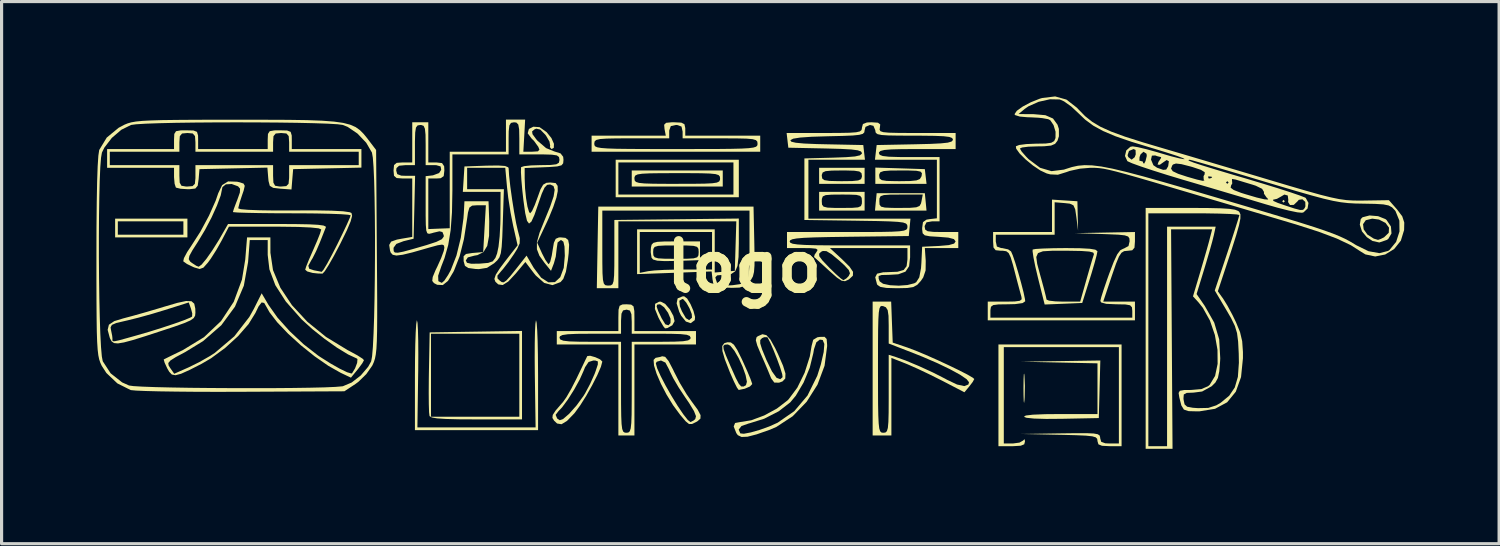
<source format=kicad_pcb>
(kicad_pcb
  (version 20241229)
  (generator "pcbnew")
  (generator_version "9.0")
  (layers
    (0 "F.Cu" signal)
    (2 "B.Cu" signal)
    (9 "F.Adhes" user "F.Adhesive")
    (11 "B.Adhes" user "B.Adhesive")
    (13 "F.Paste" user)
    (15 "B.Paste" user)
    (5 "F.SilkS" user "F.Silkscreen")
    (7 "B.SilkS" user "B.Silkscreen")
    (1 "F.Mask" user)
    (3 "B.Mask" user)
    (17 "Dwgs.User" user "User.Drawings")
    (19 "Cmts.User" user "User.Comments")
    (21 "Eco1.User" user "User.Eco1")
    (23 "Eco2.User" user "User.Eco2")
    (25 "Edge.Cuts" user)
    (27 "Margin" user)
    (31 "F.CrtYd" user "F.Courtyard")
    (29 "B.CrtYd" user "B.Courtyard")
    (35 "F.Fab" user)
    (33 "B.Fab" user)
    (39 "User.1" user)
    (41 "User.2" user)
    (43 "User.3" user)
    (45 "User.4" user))
  (footprint "logo"
    (layer "F.Cu")
    (at 20.489 5.39)
    (property "Reference" "logo" (at 0 0 0) (layer "F.SilkS") (effects (font (size 1.5 1.5) (thickness 0.3))))
    (attr board_only exclude_from_pos_files exclude_from_bom)
    (fp_poly (pts (xy 17.103 -2.074) (xy 17.06 -2.032) (xy 17.018 -2.074) (xy 17.06 -2.117)) (stroke (width 0) (type solid)) (fill yes) (layer "F.SilkS"))
    (fp_poly (pts (xy 8.867 3.448) (xy 8.88 3.767) (xy 8.873 4.121) (xy 8.868 4.21) (xy 8.854 4.309) (xy 8.844 4.253) (xy 8.837 4.059) (xy 8.835 3.852) (xy 8.838 3.565) (xy 8.846 3.401) (xy 8.858 3.377)) (stroke (width 0) (type solid)) (fill yes) (layer "F.SilkS"))
    (fp_poly (pts (xy 11.242 3.873) (xy 11.218 4.784) (xy 10.061 4.807) (xy 9.553 4.811) (xy 9.171 4.8) (xy 8.931 4.775) (xy 8.849 4.744) (xy 8.906 4.704) (xy 9.131 4.677) (xy 9.525 4.661) (xy 9.986 4.657) (xy 11.176 4.657) (xy 11.176 3.855) (xy 11.176 3.053) (xy 9.97 3.027) (xy 8.763 3.001) (xy 10.015 2.982) (xy 11.266 2.963)) (stroke (width 0) (type solid)) (fill yes) (layer "F.SilkS"))
    (fp_poly (pts (xy -17.611 -1.228) (xy -17.611 -0.931) (xy -18.754 -0.931) (xy -19.897 -0.931) (xy -19.897 -1.228) (xy -19.897 -1.439) (xy -19.812 -1.439) (xy -19.812 -1.228) (xy -19.812 -1.016) (xy -18.775 -1.016) (xy -17.738 -1.016) (xy -17.738 -1.228) (xy -17.738 -1.439) (xy -18.775 -1.439) (xy -19.812 -1.439) (xy -19.897 -1.439) (xy -19.897 -1.524) (xy -18.754 -1.524) (xy -17.611 -1.524)) (stroke (width 0) (type solid)) (fill yes) (layer "F.SilkS"))
    (fp_poly (pts (xy -0.169 -2.794) (xy -0.169 -2.201) (xy -2.117 -2.201) (xy -4.064 -2.201) (xy -4.064 -2.794) (xy -4.064 -3.302) (xy -3.979 -3.302) (xy -3.979 -2.794) (xy -3.979 -2.286) (xy -2.159 -2.286) (xy -0.339 -2.286) (xy -0.339 -2.794) (xy -0.339 -3.302) (xy -2.159 -3.302) (xy -3.979 -3.302) (xy -4.064 -3.302) (xy -4.064 -3.387) (xy -2.117 -3.387) (xy -0.169 -3.387)) (stroke (width 0) (type solid)) (fill yes) (layer "F.SilkS"))
    (fp_poly (pts (xy -1.804 1.003) (xy -1.698 1.177) (xy -1.605 1.391) (xy -1.553 1.585) (xy -1.562 1.686) (xy -1.691 1.783) (xy -1.843 1.731) (xy -1.994 1.545) (xy -2.054 1.423) (xy -2.136 1.154) (xy -2.12 1.073) (xy -2.051 1.073) (xy -2.034 1.247) (xy -1.969 1.406) (xy -1.842 1.624) (xy -1.74 1.687) (xy -1.651 1.609) (xy -1.658 1.494) (xy -1.729 1.313) (xy -1.83 1.134) (xy -1.926 1.025) (xy -1.951 1.016) (xy -2.051 1.073) (xy -2.12 1.073) (xy -2.104 0.998) (xy -1.95 0.935) (xy -1.897 0.933)) (stroke (width 0) (type solid)) (fill yes) (layer "F.SilkS"))
    (fp_poly (pts (xy -7.027 3.427) (xy -7.027 4.826) (xy -8.469 4.826) (xy -9.028 4.823) (xy -9.437 4.812) (xy -9.714 4.794) (xy -9.878 4.765) (xy -9.949 4.724) (xy -9.953 4.716) (xy -9.967 4.597) (xy -9.975 4.34) (xy -9.978 3.98) (xy -9.975 3.549) (xy -9.972 3.341) (xy -9.949 2.117) (xy -9.906 2.117) (xy -9.906 3.429) (xy -9.906 4.741) (xy -8.509 4.741) (xy -7.112 4.741) (xy -7.112 3.429) (xy -7.112 2.117) (xy -8.509 2.117) (xy -9.906 2.117) (xy -9.949 2.117) (xy -9.948 2.074) (xy -8.488 2.051) (xy -7.027 2.028)) (stroke (width 0) (type solid)) (fill yes) (layer "F.SilkS"))
    (fp_poly (pts (xy 5.742 -2.053) (xy 5.768 -1.778) (xy 4.953 -1.778) (xy 4.138 -1.778) (xy 4.164 -2.053) (xy 4.167 -2.074) (xy 4.276 -2.074) (xy 4.283 -1.967) (xy 4.33 -1.904) (xy 4.451 -1.874) (xy 4.682 -1.864) (xy 4.922 -1.863) (xy 5.25 -1.866) (xy 5.445 -1.883) (xy 5.547 -1.925) (xy 5.593 -2.004) (xy 5.609 -2.074) (xy 5.649 -2.286) (xy 4.962 -2.286) (xy 4.624 -2.284) (xy 4.42 -2.27) (xy 4.317 -2.235) (xy 4.28 -2.167) (xy 4.276 -2.074) (xy 4.167 -2.074) (xy 4.191 -2.328) (xy 4.953 -2.328) (xy 5.715 -2.328)) (stroke (width 0) (type solid)) (fill yes) (layer "F.SilkS"))
    (fp_poly (pts (xy -2.5 1.171) (xy -2.353 1.342) (xy -2.239 1.552) (xy -2.201 1.719) (xy -2.272 1.848) (xy -2.43 1.937) (xy -2.503 1.947) (xy -2.558 1.879) (xy -2.658 1.707) (xy -2.711 1.606) (xy -2.823 1.332) (xy -2.82 1.257) (xy -2.769 1.257) (xy -2.718 1.401) (xy -2.61 1.629) (xy -2.493 1.819) (xy -2.395 1.85) (xy -2.33 1.78) (xy -2.328 1.642) (xy -2.408 1.453) (xy -2.532 1.279) (xy -2.658 1.188) (xy -2.678 1.185) (xy -2.754 1.197) (xy -2.769 1.257) (xy -2.82 1.257) (xy -2.817 1.17) (xy -2.692 1.104) (xy -2.638 1.101)) (stroke (width 0) (type solid)) (fill yes) (layer "F.SilkS"))
    (fp_poly (pts (xy 3.81 -2.879) (xy 3.81 -2.625) (xy 3.09 -2.625) (xy 2.371 -2.625) (xy 2.371 -2.879) (xy 2.455 -2.879) (xy 2.47 -2.792) (xy 2.539 -2.741) (xy 2.696 -2.717) (xy 2.976 -2.71) (xy 3.09 -2.709) (xy 3.415 -2.713) (xy 3.605 -2.732) (xy 3.697 -2.773) (xy 3.724 -2.848) (xy 3.725 -2.879) (xy 3.71 -2.965) (xy 3.642 -3.016) (xy 3.485 -3.04) (xy 3.205 -3.048) (xy 3.09 -3.048) (xy 2.766 -3.044) (xy 2.575 -3.026) (xy 2.484 -2.984) (xy 2.456 -2.909) (xy 2.455 -2.879) (xy 2.371 -2.879) (xy 2.371 -3.133) (xy 3.09 -3.133) (xy 3.81 -3.133)) (stroke (width 0) (type solid)) (fill yes) (layer "F.SilkS"))
    (fp_poly (pts (xy 3.81 -2.074) (xy 3.81 -1.778) (xy 3.09 -1.778) (xy 2.371 -1.778) (xy 2.371 -2.074) (xy 2.455 -2.074) (xy 2.463 -1.967) (xy 2.511 -1.904) (xy 2.634 -1.873) (xy 2.867 -1.863) (xy 3.09 -1.863) (xy 3.413 -1.865) (xy 3.603 -1.881) (xy 3.694 -1.922) (xy 3.723 -2) (xy 3.725 -2.074) (xy 3.717 -2.182) (xy 3.67 -2.245) (xy 3.547 -2.276) (xy 3.313 -2.285) (xy 3.09 -2.286) (xy 2.767 -2.283) (xy 2.578 -2.268) (xy 2.487 -2.227) (xy 2.458 -2.149) (xy 2.455 -2.074) (xy 2.371 -2.074) (xy 2.371 -2.371) (xy 3.09 -2.371) (xy 3.81 -2.371)) (stroke (width 0) (type solid)) (fill yes) (layer "F.SilkS"))
    (fp_poly (pts (xy 4.932 -3.115) (xy 5.715 -3.09) (xy 5.742 -2.857) (xy 5.769 -2.625) (xy 4.959 -2.625) (xy 4.149 -2.625) (xy 4.149 -2.879) (xy 4.27 -2.879) (xy 4.284 -2.793) (xy 4.352 -2.742) (xy 4.506 -2.717) (xy 4.783 -2.71) (xy 4.919 -2.709) (xy 5.252 -2.714) (xy 5.452 -2.734) (xy 5.558 -2.778) (xy 5.606 -2.856) (xy 5.613 -2.879) (xy 5.623 -2.962) (xy 5.579 -3.012) (xy 5.451 -3.038) (xy 5.205 -3.047) (xy 4.963 -3.048) (xy 4.621 -3.045) (xy 4.414 -3.029) (xy 4.309 -2.993) (xy 4.273 -2.928) (xy 4.27 -2.879) (xy 4.149 -2.879) (xy 4.149 -2.882) (xy 4.149 -3.139)) (stroke (width 0) (type solid)) (fill yes) (layer "F.SilkS"))
    (fp_poly (pts (xy 20.053 -1.602) (xy 20.286 -1.509) (xy 20.32 -1.481) (xy 20.458 -1.276) (xy 20.476 -1.056) (xy 20.373 -0.881) (xy 20.326 -0.85) (xy 20.091 -0.77) (xy 19.875 -0.818) (xy 19.696 -0.937) (xy 19.542 -1.121) (xy 19.474 -1.332) (xy 19.476 -1.349) (xy 19.576 -1.349) (xy 19.596 -1.186) (xy 19.713 -1.021) (xy 19.916 -0.892) (xy 20.05 -0.852) (xy 20.137 -0.882) (xy 20.241 -0.934) (xy 20.389 -1.076) (xy 20.397 -1.239) (xy 20.287 -1.389) (xy 20.081 -1.495) (xy 19.865 -1.524) (xy 19.662 -1.474) (xy 19.576 -1.349) (xy 19.476 -1.349) (xy 19.503 -1.509) (xy 19.559 -1.567) (xy 19.781 -1.625)) (stroke (width 0) (type solid)) (fill yes) (layer "F.SilkS"))
    (fp_poly (pts (xy -6.564 1.774) (xy -6.547 1.999) (xy -6.533 2.343) (xy -6.524 2.781) (xy -6.52 3.288) (xy -6.519 3.429) (xy -6.519 5.165) (xy -8.467 5.165) (xy -10.414 5.165) (xy -10.414 3.429) (xy -10.411 2.908) (xy -10.403 2.449) (xy -10.39 2.078) (xy -10.374 1.819) (xy -10.356 1.699) (xy -10.351 1.693) (xy -10.332 1.774) (xy -10.319 1.998) (xy -10.31 2.341) (xy -10.307 2.777) (xy -10.31 3.281) (xy -10.312 3.387) (xy -10.336 5.08) (xy -8.467 5.08) (xy -6.597 5.08) (xy -6.622 3.387) (xy -6.626 2.872) (xy -6.624 2.42) (xy -6.617 2.057) (xy -6.604 1.807) (xy -6.587 1.696) (xy -6.583 1.693)) (stroke (width 0) (type solid)) (fill yes) (layer "F.SilkS"))
    (fp_poly (pts (xy -1.397 -0.508) (xy -1.397 -0.212) (xy -2.139 -0.187) (xy -2.513 -0.181) (xy -2.75 -0.194) (xy -2.879 -0.23) (xy -2.929 -0.287) (xy -2.956 -0.466) (xy -2.879 -0.466) (xy -2.872 -0.363) (xy -2.83 -0.301) (xy -2.719 -0.268) (xy -2.505 -0.256) (xy -2.159 -0.254) (xy -1.811 -0.256) (xy -1.598 -0.268) (xy -1.487 -0.301) (xy -1.446 -0.364) (xy -1.439 -0.466) (xy -1.446 -0.568) (xy -1.488 -0.631) (xy -1.599 -0.663) (xy -1.813 -0.675) (xy -2.159 -0.677) (xy -2.507 -0.675) (xy -2.72 -0.663) (xy -2.831 -0.63) (xy -2.872 -0.567) (xy -2.879 -0.466) (xy -2.956 -0.466) (xy -2.956 -0.468) (xy -2.949 -0.608) (xy -2.927 -0.701) (xy -2.87 -0.759) (xy -2.745 -0.79) (xy -2.518 -0.802) (xy -2.159 -0.804) (xy -1.397 -0.804)) (stroke (width 0) (type solid)) (fill yes) (layer "F.SilkS"))
    (fp_poly (pts (xy -0.677 -2.794) (xy -0.677 -2.54) (xy -2.117 -2.54) (xy -3.556 -2.54) (xy -3.556 -2.794) (xy -3.471 -2.794) (xy -3.463 -2.731) (xy -3.423 -2.685) (xy -3.327 -2.655) (xy -3.15 -2.637) (xy -2.867 -2.628) (xy -2.456 -2.625) (xy -2.117 -2.625) (xy -1.61 -2.626) (xy -1.249 -2.631) (xy -1.008 -2.643) (xy -0.863 -2.665) (xy -0.79 -2.7) (xy -0.765 -2.752) (xy -0.762 -2.794) (xy -0.77 -2.857) (xy -0.81 -2.903) (xy -0.906 -2.933) (xy -1.083 -2.951) (xy -1.366 -2.96) (xy -1.778 -2.963) (xy -2.117 -2.963) (xy -2.623 -2.962) (xy -2.985 -2.957) (xy -3.226 -2.945) (xy -3.37 -2.923) (xy -3.443 -2.888) (xy -3.469 -2.836) (xy -3.471 -2.794) (xy -3.556 -2.794) (xy -3.556 -3.048) (xy -2.117 -3.048) (xy -0.677 -3.048)) (stroke (width 0) (type solid)) (fill yes) (layer "F.SilkS"))
    (fp_poly (pts (xy 0.703 2.161) (xy 0.831 2.302) (xy 0.982 2.575) (xy 1.07 2.759) (xy 1.23 3.128) (xy 1.306 3.377) (xy 1.3 3.534) (xy 1.212 3.625) (xy 1.103 3.665) (xy 0.953 3.661) (xy 0.854 3.528) (xy 0.837 3.486) (xy 0.756 3.287) (xy 0.635 3.003) (xy 0.53 2.766) (xy 0.414 2.488) (xy 0.396 2.422) (xy 0.508 2.422) (xy 0.566 2.611) (xy 0.692 2.917) (xy 0.702 2.942) (xy 0.879 3.308) (xy 1.025 3.511) (xy 1.144 3.555) (xy 1.216 3.49) (xy 1.203 3.392) (xy 1.139 3.187) (xy 1.043 2.923) (xy 0.934 2.648) (xy 0.83 2.408) (xy 0.75 2.252) (xy 0.729 2.225) (xy 0.633 2.226) (xy 0.564 2.257) (xy 0.509 2.315) (xy 0.508 2.422) (xy 0.396 2.422) (xy 0.369 2.323) (xy 0.39 2.231) (xy 0.43 2.196) (xy 0.577 2.132)) (stroke (width 0) (type solid)) (fill yes) (layer "F.SilkS"))
    (fp_poly (pts (xy -0.421 2.392) (xy -0.325 2.464) (xy -0.218 2.63) (xy -0.075 2.918) (xy -0.04 2.994) (xy 0.096 3.297) (xy 0.199 3.543) (xy 0.251 3.691) (xy 0.254 3.71) (xy 0.183 3.785) (xy 0.019 3.856) (xy -0.163 3.893) (xy -0.174 3.894) (xy -0.227 3.822) (xy -0.322 3.632) (xy -0.441 3.362) (xy -0.457 3.323) (xy -0.61 2.931) (xy -0.688 2.665) (xy -0.693 2.503) (xy -0.659 2.503) (xy -0.649 2.606) (xy -0.578 2.801) (xy -0.444 3.115) (xy -0.408 3.196) (xy -0.266 3.514) (xy -0.168 3.701) (xy -0.093 3.784) (xy -0.019 3.786) (xy 0.057 3.744) (xy 0.087 3.635) (xy 0.045 3.426) (xy -0.048 3.164) (xy -0.172 2.892) (xy -0.309 2.654) (xy -0.437 2.496) (xy -0.516 2.455) (xy -0.613 2.463) (xy -0.659 2.503) (xy -0.693 2.503) (xy -0.693 2.502) (xy -0.627 2.415) (xy -0.527 2.386)) (stroke (width 0) (type solid)) (fill yes) (layer "F.SilkS"))
    (fp_poly (pts (xy 11.938 4.064) (xy 11.938 5.673) (xy 11.557 5.673) (xy 11.319 5.661) (xy 11.206 5.615) (xy 11.176 5.515) (xy 11.176 5.506) (xy 11.166 5.44) (xy 11.119 5.393) (xy 11.01 5.361) (xy 10.811 5.34) (xy 10.499 5.326) (xy 10.047 5.314) (xy 9.97 5.313) (xy 8.763 5.287) (xy 10.012 5.268) (xy 10.495 5.262) (xy 10.834 5.262) (xy 11.055 5.272) (xy 11.183 5.295) (xy 11.243 5.334) (xy 11.26 5.391) (xy 11.261 5.419) (xy 11.294 5.535) (xy 11.423 5.582) (xy 11.557 5.588) (xy 11.853 5.588) (xy 11.853 4.064) (xy 11.853 2.54) (xy 10.033 2.54) (xy 8.213 2.54) (xy 8.213 4.064) (xy 8.213 5.588) (xy 8.502 5.588) (xy 8.709 5.56) (xy 8.829 5.492) (xy 8.834 5.482) (xy 8.871 5.452) (xy 8.883 5.524) (xy 8.858 5.614) (xy 8.747 5.659) (xy 8.511 5.673) (xy 8.467 5.673) (xy 8.043 5.673) (xy 8.043 4.064) (xy 8.043 2.455) (xy 9.991 2.455) (xy 11.938 2.455)) (stroke (width 0) (type solid)) (fill yes) (layer "F.SilkS"))
    (fp_poly (pts (xy 10.629 -0.588) (xy 10.935 -0.571) (xy 11.109 -0.542) (xy 11.173 -0.496) (xy 11.174 -0.487) (xy 11.149 -0.364) (xy 11.084 -0.121) (xy 10.99 0.199) (xy 10.933 0.381) (xy 10.694 1.143) (xy 10.1 1.168) (xy 9.505 1.192) (xy 9.293 0.346) (xy 9.209 -0.01) (xy 9.15 -0.302) (xy 9.149 -0.31) (xy 9.24 -0.31) (xy 9.269 -0.094) (xy 9.358 0.238) (xy 9.398 0.381) (xy 9.479 0.679) (xy 9.538 0.912) (xy 9.565 1.033) (xy 9.565 1.037) (xy 9.643 1.07) (xy 9.846 1.093) (xy 10.098 1.101) (xy 10.629 1.101) (xy 10.827 0.402) (xy 10.922 0.071) (xy 11.002 -0.203) (xy 11.056 -0.375) (xy 11.065 -0.402) (xy 11.042 -0.451) (xy 10.917 -0.483) (xy 10.669 -0.501) (xy 10.277 -0.508) (xy 10.167 -0.508) (xy 9.736 -0.508) (xy 9.452 -0.492) (xy 9.294 -0.434) (xy 9.24 -0.31) (xy 9.149 -0.31) (xy 9.123 -0.493) (xy 9.126 -0.547) (xy 9.224 -0.565) (xy 9.456 -0.579) (xy 9.788 -0.589) (xy 10.174 -0.593)) (stroke (width 0) (type solid)) (fill yes) (layer "F.SilkS"))
    (fp_poly (pts (xy -2.499 2.847) (xy -2.389 2.983) (xy -2.246 3.257) (xy -2.219 3.316) (xy -2.037 3.67) (xy -1.82 4.031) (xy -1.664 4.255) (xy -1.47 4.52) (xy -1.379 4.691) (xy -1.383 4.801) (xy -1.476 4.884) (xy -1.518 4.908) (xy -1.65 4.972) (xy -1.745 4.973) (xy -1.849 4.888) (xy -2.012 4.696) (xy -2.025 4.681) (xy -2.248 4.378) (xy -2.455 4.042) (xy -2.633 3.701) (xy -2.769 3.385) (xy -2.851 3.123) (xy -2.857 3.053) (xy -2.794 3.053) (xy -2.753 3.207) (xy -2.642 3.454) (xy -2.484 3.758) (xy -2.298 4.084) (xy -2.105 4.398) (xy -1.926 4.663) (xy -1.782 4.846) (xy -1.696 4.911) (xy -1.596 4.859) (xy -1.547 4.815) (xy -1.524 4.725) (xy -1.587 4.563) (xy -1.744 4.305) (xy -1.864 4.13) (xy -2.071 3.818) (xy -2.246 3.52) (xy -2.359 3.29) (xy -2.373 3.252) (xy -2.491 3.029) (xy -2.631 2.963) (xy -2.765 3.002) (xy -2.794 3.053) (xy -2.857 3.053) (xy -2.865 2.944) (xy -2.801 2.879) (xy -2.658 2.851) (xy -2.593 2.829)) (stroke (width 0) (type solid)) (fill yes) (layer "F.SilkS"))
    (fp_poly (pts (xy -4.711 2.858) (xy -4.557 2.928) (xy -4.487 2.996) (xy -4.487 2.997) (xy -4.531 3.162) (xy -4.645 3.426) (xy -4.808 3.746) (xy -4.995 4.079) (xy -5.186 4.382) (xy -5.355 4.614) (xy -5.373 4.636) (xy -5.605 4.875) (xy -5.777 4.979) (xy -5.917 4.956) (xy -6.011 4.868) (xy -6.065 4.78) (xy -6.055 4.685) (xy -6.053 4.682) (xy -5.964 4.682) (xy -5.914 4.799) (xy -5.834 4.853) (xy -5.726 4.813) (xy -5.551 4.662) (xy -5.528 4.64) (xy -5.3 4.383) (xy -5.082 4.084) (xy -5.03 4) (xy -4.871 3.7) (xy -4.731 3.388) (xy -4.699 3.301) (xy -4.629 3.089) (xy -4.628 2.992) (xy -4.704 2.965) (xy -4.77 2.963) (xy -4.921 3.01) (xy -5.033 3.176) (xy -5.075 3.281) (xy -5.199 3.559) (xy -5.377 3.882) (xy -5.576 4.197) (xy -5.763 4.449) (xy -5.871 4.562) (xy -5.964 4.682) (xy -6.053 4.682) (xy -5.964 4.546) (xy -5.775 4.327) (xy -5.73 4.277) (xy -5.621 4.121) (xy -5.471 3.861) (xy -5.309 3.546) (xy -5.273 3.471) (xy -5.133 3.179) (xy -5.026 2.954) (xy -4.967 2.834) (xy -4.962 2.823) (xy -4.872 2.813)) (stroke (width 0) (type solid)) (fill yes) (layer "F.SilkS"))
    (fp_poly (pts (xy -17.483 1.088) (xy -17.395 1.166) (xy -17.362 1.321) (xy -17.358 1.451) (xy -17.367 1.545) (xy -17.412 1.622) (xy -17.52 1.697) (xy -17.715 1.782) (xy -18.024 1.892) (xy -18.394 2.014) (xy -18.932 2.19) (xy -19.332 2.315) (xy -19.617 2.391) (xy -19.809 2.423) (xy -19.931 2.412) (xy -20.005 2.362) (xy -20.053 2.276) (xy -20.069 2.236) (xy -20.134 1.993) (xy -20.114 1.913) (xy -20.041 1.913) (xy -20.03 1.987) (xy -19.991 2.179) (xy -19.982 2.265) (xy -19.984 2.321) (xy -19.97 2.352) (xy -19.91 2.354) (xy -19.773 2.324) (xy -19.529 2.257) (xy -19.219 2.17) (xy -18.812 2.052) (xy -18.404 1.924) (xy -18.03 1.8) (xy -17.724 1.691) (xy -17.523 1.608) (xy -17.463 1.574) (xy -17.458 1.474) (xy -17.496 1.331) (xy -17.568 1.127) (xy -18.33 1.368) (xy -18.737 1.491) (xy -19.152 1.606) (xy -19.5 1.693) (xy -19.584 1.712) (xy -19.859 1.776) (xy -19.999 1.836) (xy -20.041 1.913) (xy -20.114 1.913) (xy -20.094 1.831) (xy -19.925 1.718) (xy -19.643 1.632) (xy -19.353 1.555) (xy -18.966 1.446) (xy -18.544 1.322) (xy -18.339 1.26) (xy -17.929 1.14) (xy -17.652 1.081)) (stroke (width 0) (type solid)) (fill yes) (layer "F.SilkS"))
    (fp_poly (pts (xy 2.609 2.282) (xy 2.624 2.466) (xy 2.624 2.513) (xy 2.543 3.13) (xy 2.32 3.726) (xy 1.976 4.269) (xy 1.535 4.726) (xy 1.018 5.065) (xy 0.811 5.154) (xy 0.396 5.299) (xy 0.106 5.374) (xy -0.084 5.382) (xy -0.201 5.325) (xy -0.248 5.26) (xy -0.292 5.149) (xy -0.174 5.149) (xy -0.122 5.269) (xy -0.01 5.28) (xy 0.211 5.238) (xy 0.494 5.157) (xy 0.792 5.05) (xy 1.058 4.931) (xy 1.058 4.931) (xy 1.585 4.566) (xy 2.003 4.072) (xy 2.312 3.447) (xy 2.425 3.09) (xy 2.516 2.694) (xy 2.536 2.439) (xy 2.484 2.315) (xy 2.393 2.302) (xy 2.283 2.387) (xy 2.209 2.606) (xy 2.188 2.729) (xy 2.075 3.191) (xy 1.879 3.662) (xy 1.633 4.077) (xy 1.459 4.286) (xy 1.092 4.57) (xy 0.633 4.805) (xy 0.161 4.952) (xy 0.142 4.956) (xy -0.084 5.035) (xy -0.174 5.149) (xy -0.292 5.149) (xy -0.331 5.05) (xy -0.287 4.94) (xy -0.13 4.911) (xy 0.224 4.854) (xy 0.633 4.702) (xy 1.034 4.484) (xy 1.366 4.23) (xy 1.408 4.188) (xy 1.681 3.822) (xy 1.913 3.35) (xy 2.076 2.838) (xy 2.134 2.498) (xy 2.184 2.308) (xy 2.315 2.229) (xy 2.392 2.217) (xy 2.543 2.214)) (stroke (width 0) (type solid)) (fill yes) (layer "F.SilkS"))
    (fp_poly (pts (xy -1.989 -4.561) (xy -1.889 -4.51) (xy -1.863 -4.389) (xy -1.863 -4.36) (xy -1.863 -4.149) (xy -0.677 -4.149) (xy 0.508 -4.149) (xy 0.508 -3.895) (xy 0.508 -3.641) (xy -2.159 -3.641) (xy -4.826 -3.641) (xy -4.826 -3.895) (xy -4.741 -3.895) (xy -4.736 -3.847) (xy -4.71 -3.809) (xy -4.644 -3.78) (xy -4.522 -3.759) (xy -4.324 -3.744) (xy -4.035 -3.734) (xy -3.635 -3.729) (xy -3.108 -3.726) (xy -2.435 -3.725) (xy -2.159 -3.725) (xy -1.431 -3.726) (xy -0.854 -3.727) (xy -0.411 -3.732) (xy -0.085 -3.74) (xy 0.143 -3.753) (xy 0.29 -3.772) (xy 0.374 -3.798) (xy 0.412 -3.832) (xy 0.423 -3.877) (xy 0.423 -3.895) (xy 0.415 -3.962) (xy 0.371 -4.008) (xy 0.266 -4.038) (xy 0.074 -4.055) (xy -0.23 -4.062) (xy -0.674 -4.064) (xy -0.762 -4.064) (xy -1.947 -4.064) (xy -1.947 -4.276) (xy -1.982 -4.437) (xy -2.12 -4.486) (xy -2.159 -4.487) (xy -2.32 -4.452) (xy -2.37 -4.315) (xy -2.371 -4.276) (xy -2.371 -4.064) (xy -3.556 -4.064) (xy -4.025 -4.063) (xy -4.351 -4.056) (xy -4.559 -4.042) (xy -4.676 -4.014) (xy -4.728 -3.971) (xy -4.741 -3.907) (xy -4.741 -3.895) (xy -4.826 -3.895) (xy -4.826 -4.149) (xy -3.652 -4.149) (xy -2.479 -4.149) (xy -2.519 -4.36) (xy -2.531 -4.494) (xy -2.469 -4.555) (xy -2.292 -4.572) (xy -2.211 -4.572)) (stroke (width 0) (type solid)) (fill yes) (layer "F.SilkS"))
    (fp_poly (pts (xy 4.674 1.749) (xy 4.699 2.397) (xy 5.165 2.554) (xy 5.42 2.65) (xy 5.744 2.785) (xy 6.103 2.944) (xy 6.465 3.112) (xy 6.796 3.272) (xy 7.063 3.409) (xy 7.234 3.509) (xy 7.279 3.549) (xy 7.228 3.643) (xy 7.121 3.783) (xy 6.967 3.968) (xy 6.256 3.599) (xy 5.88 3.411) (xy 5.5 3.23) (xy 5.181 3.089) (xy 5.101 3.056) (xy 4.657 2.881) (xy 4.657 4.108) (xy 4.657 5.334) (xy 4.36 5.334) (xy 4.064 5.334) (xy 4.064 3.225) (xy 4.233 3.225) (xy 4.234 3.861) (xy 4.236 4.348) (xy 4.243 4.705) (xy 4.255 4.953) (xy 4.273 5.111) (xy 4.301 5.2) (xy 4.339 5.239) (xy 4.389 5.249) (xy 4.403 5.249) (xy 4.469 5.241) (xy 4.515 5.198) (xy 4.545 5.096) (xy 4.562 4.909) (xy 4.57 4.611) (xy 4.572 4.177) (xy 4.572 4.016) (xy 4.572 2.783) (xy 4.763 2.841) (xy 5.108 2.964) (xy 5.534 3.142) (xy 5.972 3.343) (xy 6.355 3.538) (xy 6.416 3.572) (xy 6.733 3.723) (xy 6.965 3.773) (xy 7.093 3.722) (xy 7.112 3.65) (xy 7.037 3.554) (xy 6.828 3.412) (xy 6.511 3.239) (xy 6.11 3.046) (xy 5.651 2.848) (xy 5.397 2.746) (xy 4.572 2.426) (xy 4.572 1.858) (xy 4.566 1.55) (xy 4.54 1.371) (xy 4.484 1.281) (xy 4.403 1.245) (xy 4.349 1.237) (xy 4.309 1.255) (xy 4.279 1.319) (xy 4.258 1.45) (xy 4.245 1.666) (xy 4.237 1.987) (xy 4.234 2.432) (xy 4.233 3.021) (xy 4.233 3.225) (xy 4.064 3.225) (xy 4.064 3.217) (xy 4.064 1.101) (xy 4.357 1.101) (xy 4.65 1.101)) (stroke (width 0) (type solid)) (fill yes) (layer "F.SilkS"))
    (fp_poly (pts (xy -3.575 1.195) (xy -3.5 1.251) (xy -3.474 1.4) (xy -3.471 1.609) (xy -3.471 2.032) (xy -2.498 2.032) (xy -1.524 2.032) (xy -1.524 2.244) (xy -1.524 2.455) (xy -2.498 2.455) (xy -3.471 2.455) (xy -3.471 3.895) (xy -3.471 5.334) (xy -3.725 5.334) (xy -3.979 5.334) (xy -3.979 3.895) (xy -3.979 2.455) (xy -4.953 2.455) (xy -5.927 2.455) (xy -5.927 2.244) (xy -5.842 2.244) (xy -5.816 2.299) (xy -5.72 2.337) (xy -5.529 2.359) (xy -5.215 2.369) (xy -4.868 2.371) (xy -3.895 2.371) (xy -3.895 3.81) (xy -3.894 4.334) (xy -3.889 4.713) (xy -3.878 4.97) (xy -3.858 5.128) (xy -3.826 5.212) (xy -3.779 5.244) (xy -3.725 5.249) (xy -3.664 5.242) (xy -3.619 5.203) (xy -3.589 5.11) (xy -3.57 4.939) (xy -3.56 4.667) (xy -3.557 4.268) (xy -3.556 3.81) (xy -3.556 2.371) (xy -2.625 2.371) (xy -2.208 2.367) (xy -1.933 2.354) (xy -1.774 2.327) (xy -1.704 2.283) (xy -1.693 2.244) (xy -1.72 2.187) (xy -1.818 2.149) (xy -2.013 2.128) (xy -2.334 2.118) (xy -2.625 2.117) (xy -3.556 2.117) (xy -3.556 1.736) (xy -3.567 1.498) (xy -3.613 1.385) (xy -3.713 1.355) (xy -3.725 1.355) (xy -3.831 1.38) (xy -3.881 1.483) (xy -3.895 1.708) (xy -3.895 1.736) (xy -3.895 2.117) (xy -4.868 2.117) (xy -5.296 2.12) (xy -5.581 2.133) (xy -5.749 2.158) (xy -5.827 2.198) (xy -5.842 2.244) (xy -5.927 2.244) (xy -5.927 2.032) (xy -4.953 2.032) (xy -3.979 2.032) (xy -3.979 1.609) (xy -3.974 1.358) (xy -3.94 1.233) (xy -3.851 1.19) (xy -3.725 1.185)) (stroke (width 0) (type solid)) (fill yes) (layer "F.SilkS"))
    (fp_poly (pts (xy 0.32 -0.813) (xy 0.328 -0.361) (xy 0.327 -0.047) (xy 0.311 0.164) (xy 0.277 0.303) (xy 0.221 0.404) (xy 0.154 0.482) (xy 0.015 0.601) (xy -0.146 0.657) (xy -0.393 0.665) (xy -0.505 0.66) (xy -0.774 0.64) (xy -0.917 0.6) (xy -0.979 0.518) (xy -1.002 0.391) (xy -1.029 0.146) (xy -2.208 0.189) (xy -3.387 0.231) (xy -3.387 -0.477) (xy -3.387 -1.101) (xy -3.302 -1.101) (xy -3.302 -0.455) (xy -3.302 0.191) (xy -3.037 0.138) (xy -2.84 0.115) (xy -2.525 0.097) (xy -2.142 0.087) (xy -1.894 0.085) (xy -1.016 0.085) (xy -1.016 -0.508) (xy -1.016 -1.101) (xy -2.159 -1.101) (xy -3.302 -1.101) (xy -3.387 -1.101) (xy -3.387 -1.185) (xy -2.159 -1.185) (xy -0.931 -1.185) (xy -0.931 -0.503) (xy -0.931 0.18) (xy -0.614 0.153) (xy -0.296 0.127) (xy -0.272 -0.656) (xy -0.248 -1.439) (xy -2.113 -1.439) (xy -3.979 -1.439) (xy -3.979 -0.381) (xy -3.979 0.677) (xy -4.32 0.677) (xy -4.661 0.677) (xy -4.638 -0.614) (xy -4.617 -1.778) (xy -4.487 -1.778) (xy -4.487 -0.593) (xy -4.486 -0.124) (xy -4.481 0.201) (xy -4.467 0.409) (xy -4.44 0.526) (xy -4.396 0.579) (xy -4.331 0.592) (xy -4.297 0.593) (xy -4.217 0.587) (xy -4.164 0.55) (xy -4.131 0.454) (xy -4.114 0.271) (xy -4.107 -0.027) (xy -4.106 -0.444) (xy -4.106 -1.482) (xy -2.138 -1.504) (xy -0.169 -1.527) (xy -0.169 -0.738) (xy -0.178 -0.313) (xy -0.211 -0.029) (xy -0.284 0.142) (xy -0.41 0.227) (xy -0.602 0.253) (xy -0.661 0.254) (xy -0.853 0.27) (xy -0.911 0.331) (xy -0.898 0.388) (xy -0.853 0.523) (xy -0.847 0.557) (xy -0.773 0.588) (xy -0.592 0.595) (xy -0.362 0.581) (xy -0.143 0.55) (xy 0.006 0.505) (xy 0.006 0.505) (xy 0.073 0.455) (xy 0.119 0.371) (xy 0.148 0.223) (xy 0.163 -0.018) (xy 0.169 -0.381) (xy 0.169 -0.68) (xy 0.169 -1.778) (xy -2.159 -1.778) (xy -4.487 -1.778) (xy -4.617 -1.778) (xy -4.614 -1.905) (xy -2.159 -1.905) (xy 0.296 -1.905)) (stroke (width 0) (type solid)) (fill yes) (layer "F.SilkS"))
    (fp_poly (pts (xy -14.985 -0.445) (xy -14.904 0.102) (xy -14.671 0.661) (xy -14.304 1.213) (xy -13.817 1.738) (xy -13.226 2.218) (xy -12.546 2.633) (xy -12.471 2.672) (xy -12.233 2.801) (xy -12.071 2.905) (xy -12.026 2.952) (xy -12.076 3.047) (xy -12.198 3.212) (xy -12.233 3.256) (xy -12.438 3.506) (xy -12.76 3.354) (xy -13.154 3.131) (xy -13.586 2.831) (xy -14.021 2.483) (xy -14.426 2.115) (xy -14.768 1.757) (xy -15.014 1.438) (xy -15.094 1.295) (xy -15.182 1.143) (xy -15.263 1.126) (xy -15.36 1.253) (xy -15.46 1.46) (xy -15.677 1.812) (xy -16.009 2.193) (xy -16.418 2.566) (xy -16.863 2.893) (xy -17.159 3.066) (xy -17.545 3.263) (xy -17.812 3.383) (xy -17.988 3.429) (xy -18.104 3.407) (xy -18.188 3.318) (xy -18.248 3.214) (xy -18.327 3.043) (xy -18.216 3.043) (xy -18.205 3.121) (xy -18.157 3.198) (xy -18.028 3.382) (xy -17.568 3.178) (xy -17.233 3.013) (xy -16.895 2.82) (xy -16.745 2.723) (xy -16.128 2.199) (xy -15.653 1.587) (xy -15.509 1.329) (xy -15.262 0.837) (xy -15.047 1.203) (xy -14.763 1.604) (xy -14.376 2.036) (xy -13.932 2.452) (xy -13.478 2.805) (xy -13.42 2.845) (xy -13.089 3.054) (xy -12.791 3.223) (xy -12.559 3.335) (xy -12.423 3.375) (xy -12.404 3.369) (xy -12.307 3.21) (xy -12.242 3.038) (xy -12.232 2.92) (xy -12.248 2.902) (xy -12.527 2.772) (xy -12.884 2.554) (xy -13.275 2.276) (xy -13.659 1.971) (xy -13.992 1.668) (xy -14.012 1.647) (xy -14.497 1.099) (xy -14.829 0.583) (xy -15.017 0.082) (xy -15.071 -0.376) (xy -15.071 -0.847) (xy -15.354 -0.847) (xy -15.638 -0.847) (xy -15.692 -0.148) (xy -15.826 0.597) (xy -16.107 1.261) (xy -16.537 1.846) (xy -17.117 2.351) (xy -17.678 2.695) (xy -17.976 2.854) (xy -18.147 2.962) (xy -18.216 3.043) (xy -18.327 3.043) (xy -18.331 3.034) (xy -18.36 2.934) (xy -18.358 2.929) (xy -18.274 2.887) (xy -18.077 2.79) (xy -17.807 2.659) (xy -17.759 2.636) (xy -17.086 2.226) (xy -16.547 1.715) (xy -16.145 1.106) (xy -15.886 0.406) (xy -15.781 -0.233) (xy -15.724 -0.931) (xy -15.355 -0.931) (xy -14.986 -0.931)) (stroke (width 0) (type solid)) (fill yes) (layer "F.SilkS"))
    (fp_poly (pts (xy 10.139 -2.1) (xy 10.541 -2.074) (xy 10.551 -1.609) (xy 10.562 -1.143) (xy 10.509 -1.566) (xy 10.472 -1.817) (xy 10.415 -1.945) (xy 10.302 -1.998) (xy 10.139 -2.016) (xy 9.821 -2.042) (xy 9.821 -1.529) (xy 9.821 -1.016) (xy 8.89 -1.016) (xy 7.959 -1.016) (xy 7.959 -0.804) (xy 7.994 -0.642) (xy 8.131 -0.593) (xy 8.16 -0.593) (xy 8.35 -0.552) (xy 8.442 -0.487) (xy 8.496 -0.364) (xy 8.577 -0.125) (xy 8.669 0.181) (xy 8.76 0.506) (xy 8.836 0.802) (xy 8.882 1.019) (xy 8.89 1.09) (xy 8.808 1.147) (xy 8.573 1.179) (xy 8.34 1.185) (xy 8.044 1.189) (xy 7.879 1.21) (xy 7.807 1.263) (xy 7.79 1.362) (xy 7.789 1.397) (xy 7.789 1.609) (xy 10.033 1.609) (xy 12.277 1.609) (xy 12.277 1.397) (xy 12.266 1.28) (xy 12.207 1.216) (xy 12.061 1.19) (xy 11.786 1.185) (xy 11.769 1.185) (xy 11.454 1.171) (xy 11.294 1.128) (xy 11.266 1.079) (xy 11.296 0.958) (xy 11.372 0.718) (xy 11.48 0.402) (xy 11.548 0.212) (xy 11.69 -0.159) (xy 11.801 -0.396) (xy 11.898 -0.525) (xy 11.998 -0.576) (xy 12.008 -0.577) (xy 12.157 -0.657) (xy 12.192 -0.807) (xy 12.185 -0.899) (xy 12.145 -0.959) (xy 12.04 -0.995) (xy 11.84 -1.017) (xy 11.515 -1.031) (xy 11.324 -1.038) (xy 10.456 -1.065) (xy 11.409 -1.083) (xy 12.361 -1.101) (xy 12.361 -0.804) (xy 12.346 -0.605) (xy 12.275 -0.523) (xy 12.129 -0.507) (xy 12.019 -0.496) (xy 11.934 -0.444) (xy 11.855 -0.323) (xy 11.764 -0.102) (xy 11.643 0.247) (xy 11.626 0.297) (xy 11.357 1.101) (xy 11.859 1.101) (xy 12.361 1.101) (xy 12.361 1.397) (xy 12.361 1.693) (xy 10.033 1.693) (xy 7.705 1.693) (xy 7.705 1.397) (xy 7.705 1.101) (xy 8.261 1.101) (xy 8.558 1.096) (xy 8.72 1.074) (xy 8.779 1.026) (xy 8.771 0.953) (xy 8.727 0.793) (xy 8.657 0.533) (xy 8.596 0.299) (xy 8.5 -0.07) (xy 8.429 -0.304) (xy 8.365 -0.436) (xy 8.291 -0.493) (xy 8.188 -0.508) (xy 8.122 -0.508) (xy 7.955 -0.525) (xy 7.887 -0.611) (xy 7.874 -0.804) (xy 7.874 -1.101) (xy 8.805 -1.101) (xy 9.737 -1.101) (xy 9.737 -1.613) (xy 9.737 -2.126)) (stroke (width 0) (type solid)) (fill yes) (layer "F.SilkS"))
    (fp_poly (pts (xy -14.456 -4.312) (xy -14.345 -4.269) (xy -14.311 -4.154) (xy -14.309 -4.022) (xy -14.309 -3.725) (xy -13.208 -3.725) (xy -12.107 -3.725) (xy -12.107 -3.432) (xy -12.107 -3.138) (xy -13.187 -3.114) (xy -14.266 -3.09) (xy -14.293 -2.768) (xy -14.319 -2.446) (xy -14.674 -2.472) (xy -14.898 -2.498) (xy -15.005 -2.563) (xy -15.045 -2.714) (xy -15.055 -2.818) (xy -15.081 -3.138) (xy -16.155 -3.114) (xy -17.23 -3.09) (xy -17.256 -2.773) (xy -17.285 -2.565) (xy -17.361 -2.476) (xy -17.538 -2.456) (xy -17.602 -2.455) (xy -17.824 -2.469) (xy -17.965 -2.503) (xy -17.978 -2.512) (xy -18.016 -2.628) (xy -18.034 -2.834) (xy -18.034 -2.85) (xy -18.034 -3.133) (xy -19.092 -3.133) (xy -20.151 -3.133) (xy -20.151 -3.217) (xy -20.066 -3.217) (xy -18.965 -3.217) (xy -17.865 -3.217) (xy -17.865 -2.879) (xy -17.855 -2.662) (xy -17.8 -2.565) (xy -17.665 -2.541) (xy -17.611 -2.54) (xy -17.448 -2.553) (xy -17.375 -2.626) (xy -17.357 -2.806) (xy -17.357 -2.879) (xy -17.357 -3.217) (xy -16.129 -3.217) (xy -14.901 -3.217) (xy -14.901 -2.879) (xy -14.891 -2.662) (xy -14.837 -2.565) (xy -14.702 -2.541) (xy -14.647 -2.54) (xy -14.484 -2.553) (xy -14.412 -2.626) (xy -14.394 -2.806) (xy -14.393 -2.879) (xy -14.393 -3.217) (xy -13.293 -3.217) (xy -12.192 -3.217) (xy -12.192 -3.429) (xy -12.192 -3.641) (xy -13.293 -3.641) (xy -14.393 -3.641) (xy -14.393 -3.937) (xy -14.407 -4.136) (xy -14.479 -4.218) (xy -14.647 -4.233) (xy -14.818 -4.217) (xy -14.888 -4.133) (xy -14.901 -3.937) (xy -14.901 -3.641) (xy -16.129 -3.641) (xy -17.357 -3.641) (xy -17.357 -3.937) (xy -17.371 -4.136) (xy -17.443 -4.218) (xy -17.611 -4.233) (xy -17.781 -4.217) (xy -17.851 -4.133) (xy -17.865 -3.937) (xy -17.865 -3.641) (xy -18.965 -3.641) (xy -20.066 -3.641) (xy -20.066 -3.429) (xy -20.066 -3.217) (xy -20.151 -3.217) (xy -20.151 -3.429) (xy -20.151 -3.725) (xy -19.092 -3.725) (xy -18.034 -3.725) (xy -18.034 -4.022) (xy -18.026 -4.204) (xy -17.971 -4.29) (xy -17.823 -4.316) (xy -17.653 -4.318) (xy -17.419 -4.312) (xy -17.308 -4.269) (xy -17.274 -4.154) (xy -17.272 -4.022) (xy -17.272 -3.725) (xy -16.171 -3.725) (xy -15.071 -3.725) (xy -15.071 -4.022) (xy -15.063 -4.204) (xy -15.007 -4.29) (xy -14.859 -4.316) (xy -14.69 -4.318)) (stroke (width 0) (type solid)) (fill yes) (layer "F.SilkS"))
    (fp_poly (pts (xy 14.672 -1.86) (xy 15.07 -1.851) (xy 15.346 -1.834) (xy 15.523 -1.807) (xy 15.627 -1.767) (xy 15.664 -1.735) (xy 15.698 -1.657) (xy 15.696 -1.526) (xy 15.654 -1.318) (xy 15.566 -1.007) (xy 15.427 -0.568) (xy 15.377 -0.416) (xy 14.983 0.774) (xy 15.157 1.018) (xy 15.287 1.229) (xy 15.445 1.522) (xy 15.557 1.753) (xy 15.685 2.065) (xy 15.753 2.352) (xy 15.777 2.693) (xy 15.777 2.892) (xy 15.717 3.487) (xy 15.551 3.951) (xy 15.277 4.285) (xy 14.895 4.491) (xy 14.403 4.571) (xy 14.327 4.572) (xy 14.059 4.565) (xy 13.91 4.516) (xy 13.829 4.385) (xy 13.765 4.134) (xy 13.764 4.128) (xy 13.742 3.99) (xy 13.781 3.921) (xy 13.919 3.897) (xy 14.138 3.895) (xy 14.462 3.867) (xy 14.674 3.776) (xy 14.727 3.73) (xy 14.896 3.451) (xy 14.976 3.07) (xy 14.972 2.625) (xy 14.889 2.156) (xy 14.733 1.7) (xy 14.508 1.296) (xy 14.37 1.123) (xy 14.197 0.934) (xy 14.418 0.192) (xy 14.528 -0.183) (xy 14.63 -0.535) (xy 14.705 -0.805) (xy 14.721 -0.868) (xy 14.803 -1.185) (xy 14.154 -1.185) (xy 13.504 -1.185) (xy 13.527 2.286) (xy 13.55 5.757) (xy 13.125 5.757) (xy 12.7 5.757) (xy 12.7 1.947) (xy 12.7 -1.693) (xy 12.785 -1.693) (xy 12.785 1.99) (xy 12.785 5.673) (xy 13.081 5.673) (xy 13.377 5.673) (xy 13.377 2.201) (xy 13.377 -1.27) (xy 14.146 -1.27) (xy 14.915 -1.27) (xy 14.855 -0.995) (xy 14.804 -0.793) (xy 14.717 -0.482) (xy 14.609 -0.114) (xy 14.553 0.071) (xy 14.311 0.861) (xy 14.57 1.238) (xy 14.869 1.765) (xy 15.026 2.296) (xy 15.059 2.892) (xy 15.055 2.978) (xy 15.029 3.306) (xy 14.985 3.516) (xy 14.906 3.66) (xy 14.787 3.778) (xy 14.486 3.944) (xy 14.214 3.979) (xy 13.998 3.988) (xy 13.906 4.038) (xy 13.896 4.161) (xy 13.901 4.212) (xy 13.931 4.351) (xy 14.012 4.425) (xy 14.189 4.458) (xy 14.354 4.47) (xy 14.68 4.463) (xy 14.933 4.382) (xy 15.074 4.299) (xy 15.342 4.078) (xy 15.519 3.816) (xy 15.617 3.48) (xy 15.649 3.034) (xy 15.644 2.744) (xy 15.625 2.366) (xy 15.59 2.095) (xy 15.522 1.87) (xy 15.404 1.627) (xy 15.25 1.362) (xy 14.886 0.749) (xy 15.275 -0.418) (xy 15.413 -0.836) (xy 15.529 -1.195) (xy 15.614 -1.466) (xy 15.659 -1.618) (xy 15.663 -1.64) (xy 15.583 -1.657) (xy 15.361 -1.672) (xy 15.025 -1.684) (xy 14.602 -1.691) (xy 14.224 -1.693) (xy 12.785 -1.693) (xy 12.7 -1.693) (xy 12.7 -1.863) (xy 14.129 -1.863)) (stroke (width 0) (type solid)) (fill yes) (layer "F.SilkS"))
    (fp_poly (pts (xy -16.039 -2.692) (xy -15.955 -2.673) (xy -15.835 -2.633) (xy -15.797 -2.562) (xy -15.832 -2.41) (xy -15.879 -2.275) (xy -15.955 -2.043) (xy -15.998 -1.878) (xy -16.002 -1.848) (xy -15.921 -1.823) (xy -15.689 -1.803) (xy -15.327 -1.789) (xy -14.854 -1.782) (xy -14.289 -1.783) (xy -14.259 -1.783) (xy -13.573 -1.785) (xy -13.051 -1.776) (xy -12.688 -1.757) (xy -12.478 -1.727) (xy -12.421 -1.703) (xy -12.401 -1.614) (xy -12.448 -1.437) (xy -12.567 -1.154) (xy -12.767 -0.746) (xy -12.789 -0.703) (xy -12.974 -0.351) (xy -13.139 -0.06) (xy -13.265 0.138) (xy -13.335 0.215) (xy -13.335 0.215) (xy -13.476 0.212) (xy -13.652 0.193) (xy -13.821 0.146) (xy -13.885 0.091) (xy -13.853 -0.014) (xy -13.766 -0.229) (xy -13.644 -0.508) (xy -13.631 -0.537) (xy -13.507 -0.823) (xy -13.416 -1.053) (xy -13.378 -1.179) (xy -13.377 -1.183) (xy -13.461 -1.218) (xy -13.705 -1.244) (xy -14.103 -1.262) (xy -14.645 -1.269) (xy -14.838 -1.27) (xy -16.298 -1.27) (xy -16.531 -0.825) (xy -16.698 -0.53) (xy -16.872 -0.257) (xy -16.963 -0.133) (xy -17.105 0.026) (xy -17.224 0.069) (xy -17.393 0.02) (xy -17.431 0.004) (xy -17.625 -0.09) (xy -17.738 -0.171) (xy -17.742 -0.177) (xy -17.728 -0.242) (xy -17.569 -0.242) (xy -17.528 -0.171) (xy -17.474 -0.127) (xy -17.327 -0.031) (xy -17.255 -0.003) (xy -17.163 -0.069) (xy -17.011 -0.252) (xy -16.822 -0.522) (xy -16.617 -0.847) (xy -16.556 -0.953) (xy -16.325 -1.355) (xy -14.757 -1.355) (xy -14.184 -1.352) (xy -13.763 -1.344) (xy -13.476 -1.329) (xy -13.306 -1.306) (xy -13.235 -1.273) (xy -13.232 -1.249) (xy -13.287 -1.111) (xy -13.377 -0.883) (xy -13.425 -0.762) (xy -13.539 -0.496) (xy -13.651 -0.274) (xy -13.688 -0.214) (xy -13.786 -0.035) (xy -13.759 0.06) (xy -13.61 0.11) (xy -13.436 0.143) (xy -13.363 0.158) (xy -13.306 0.091) (xy -13.192 -0.098) (xy -13.039 -0.381) (xy -12.876 -0.699) (xy -12.705 -1.048) (xy -12.566 -1.342) (xy -12.475 -1.548) (xy -12.446 -1.63) (xy -12.526 -1.648) (xy -12.752 -1.665) (xy -13.099 -1.678) (xy -13.543 -1.688) (xy -14.059 -1.693) (xy -14.309 -1.693) (xy -14.85 -1.695) (xy -15.329 -1.7) (xy -15.722 -1.708) (xy -16.006 -1.717) (xy -16.155 -1.729) (xy -16.171 -1.734) (xy -16.143 -1.83) (xy -16.07 -2.026) (xy -16.032 -2.123) (xy -15.952 -2.349) (xy -15.945 -2.473) (xy -16.008 -2.545) (xy -16.011 -2.547) (xy -16.21 -2.62) (xy -16.395 -2.609) (xy -16.503 -2.521) (xy -16.512 -2.477) (xy -16.557 -2.259) (xy -16.675 -1.941) (xy -16.846 -1.563) (xy -17.053 -1.169) (xy -17.275 -0.799) (xy -17.453 -0.521) (xy -17.548 -0.347) (xy -17.569 -0.242) (xy -17.728 -0.242) (xy -17.72 -0.277) (xy -17.619 -0.467) (xy -17.496 -0.652) (xy -17.201 -1.112) (xy -16.93 -1.615) (xy -16.717 -2.093) (xy -16.636 -2.328) (xy -16.513 -2.585) (xy -16.324 -2.702)) (stroke (width 0) (type solid)) (fill yes) (layer "F.SilkS"))
    (fp_poly (pts (xy -15.159 -4.652) (xy -14.427 -4.649) (xy -13.83 -4.64) (xy -13.352 -4.622) (xy -12.976 -4.594) (xy -12.685 -4.553) (xy -12.463 -4.496) (xy -12.291 -4.421) (xy -12.155 -4.324) (xy -12.036 -4.204) (xy -11.917 -4.058) (xy -11.886 -4.016) (xy -11.642 -3.696) (xy -11.618 -0.453) (xy -11.612 0.375) (xy -11.608 1.051) (xy -11.608 1.593) (xy -11.611 2.019) (xy -11.619 2.345) (xy -11.632 2.589) (xy -11.652 2.77) (xy -11.678 2.903) (xy -11.711 3.008) (xy -11.752 3.101) (xy -11.767 3.13) (xy -11.952 3.393) (xy -12.204 3.639) (xy -12.293 3.704) (xy -12.645 3.937) (xy -15.911 3.953) (xy -16.647 3.955) (xy -17.337 3.953) (xy -17.961 3.947) (xy -18.499 3.939) (xy -18.931 3.928) (xy -19.236 3.915) (xy -19.396 3.9) (xy -19.406 3.898) (xy -19.827 3.687) (xy -20.175 3.357) (xy -20.322 3.129) (xy -20.365 3.035) (xy -20.401 2.931) (xy -20.429 2.798) (xy -20.45 2.618) (xy -20.466 2.373) (xy -20.477 2.046) (xy -20.483 1.62) (xy -20.487 1.075) (xy -20.489 0.394) (xy -20.489 -0.33) (xy -20.488 -0.963) (xy -20.411 -0.963) (xy -20.411 -0.298) (xy -20.406 0.366) (xy -20.397 1.005) (xy -20.383 1.596) (xy -20.366 2.113) (xy -20.344 2.534) (xy -20.318 2.833) (xy -20.289 2.987) (xy -20.039 3.369) (xy -19.675 3.656) (xy -19.457 3.754) (xy -19.316 3.773) (xy -19.029 3.79) (xy -18.619 3.805) (xy -18.11 3.817) (xy -17.526 3.827) (xy -16.889 3.833) (xy -16.223 3.837) (xy -15.552 3.838) (xy -14.898 3.837) (xy -14.286 3.832) (xy -13.738 3.824) (xy -13.278 3.813) (xy -12.929 3.798) (xy -12.716 3.78) (xy -12.691 3.776) (xy -12.414 3.659) (xy -12.128 3.437) (xy -11.893 3.161) (xy -11.799 2.991) (xy -11.77 2.835) (xy -11.744 2.534) (xy -11.723 2.112) (xy -11.705 1.593) (xy -11.692 1.002) (xy -11.683 0.361) (xy -11.678 -0.303) (xy -11.677 -0.968) (xy -11.682 -1.61) (xy -11.691 -2.203) (xy -11.704 -2.724) (xy -11.723 -3.15) (xy -11.746 -3.454) (xy -11.774 -3.614) (xy -11.955 -3.925) (xy -12.231 -4.215) (xy -12.543 -4.427) (xy -12.696 -4.488) (xy -12.862 -4.51) (xy -13.172 -4.528) (xy -13.604 -4.543) (xy -14.132 -4.555) (xy -14.732 -4.563) (xy -15.381 -4.568) (xy -16.053 -4.57) (xy -16.725 -4.568) (xy -17.373 -4.563) (xy -17.972 -4.555) (xy -18.498 -4.543) (xy -18.926 -4.528) (xy -19.233 -4.509) (xy -19.392 -4.488) (xy -19.7 -4.336) (xy -20.002 -4.078) (xy -20.238 -3.771) (xy -20.315 -3.614) (xy -20.343 -3.452) (xy -20.367 -3.146) (xy -20.385 -2.72) (xy -20.398 -2.198) (xy -20.407 -1.604) (xy -20.411 -0.963) (xy -20.488 -0.963) (xy -20.487 -1.253) (xy -20.479 -2.039) (xy -20.467 -2.682) (xy -20.45 -3.176) (xy -20.428 -3.514) (xy -20.402 -3.69) (xy -20.399 -3.699) (xy -20.162 -4.089) (xy -19.785 -4.399) (xy -19.6 -4.497) (xy -19.502 -4.537) (xy -19.387 -4.57) (xy -19.237 -4.596) (xy -19.036 -4.616) (xy -18.765 -4.63) (xy -18.408 -4.641) (xy -17.946 -4.647) (xy -17.362 -4.651) (xy -16.639 -4.653) (xy -16.044 -4.653)) (stroke (width 0) (type solid)) (fill yes) (layer "F.SilkS"))
    (fp_poly (pts (xy 4.232 -4.559) (xy 4.304 -4.504) (xy 4.293 -4.403) (xy 4.284 -4.337) (xy 4.311 -4.29) (xy 4.4 -4.26) (xy 4.575 -4.243) (xy 4.862 -4.236) (xy 5.284 -4.233) (xy 5.469 -4.233) (xy 6.689 -4.233) (xy 6.689 -3.979) (xy 6.689 -3.725) (xy 5.475 -3.725) (xy 4.991 -3.723) (xy 4.651 -3.714) (xy 4.434 -3.696) (xy 4.313 -3.666) (xy 4.265 -3.622) (xy 4.262 -3.598) (xy 4.288 -3.542) (xy 4.384 -3.505) (xy 4.577 -3.483) (xy 4.893 -3.473) (xy 5.221 -3.471) (xy 6.181 -3.471) (xy 6.181 -2.455) (xy 6.181 -1.439) (xy 5.945 -1.439) (xy 5.767 -1.408) (xy 5.71 -1.294) (xy 5.709 -1.27) (xy 5.727 -1.177) (xy 5.805 -1.126) (xy 5.982 -1.105) (xy 6.241 -1.101) (xy 6.773 -1.101) (xy 6.773 -0.847) (xy 6.773 -0.593) (xy 6.244 -0.593) (xy 5.715 -0.593) (xy 5.743 -0.189) (xy 5.739 0.115) (xy 5.664 0.336) (xy 5.589 0.446) (xy 5.475 0.57) (xy 5.349 0.64) (xy 5.157 0.67) (xy 4.851 0.677) (xy 4.829 0.677) (xy 4.501 0.668) (xy 4.308 0.635) (xy 4.214 0.571) (xy 4.2 0.543) (xy 4.146 0.332) (xy 4.204 0.217) (xy 4.396 0.173) (xy 4.523 0.169) (xy 4.851 0.156) (xy 5.045 0.1) (xy 5.138 -0.02) (xy 5.164 -0.228) (xy 5.165 -0.263) (xy 5.165 -0.593) (xy 3.939 -0.593) (xy 2.713 -0.593) (xy 3.092 -0.243) (xy 3.332 -0.006) (xy 3.444 0.159) (xy 3.439 0.281) (xy 3.324 0.389) (xy 3.295 0.408) (xy 3.19 0.455) (xy 3.083 0.439) (xy 2.935 0.341) (xy 2.71 0.143) (xy 2.681 0.117) (xy 2.46 -0.086) (xy 2.292 -0.238) (xy 2.212 -0.309) (xy 2.21 -0.31) (xy 2.229 -0.385) (xy 2.25 -0.415) (xy 2.37 -0.415) (xy 2.377 -0.334) (xy 2.476 -0.201) (xy 2.682 0.015) (xy 2.686 0.02) (xy 2.895 0.224) (xy 3.059 0.369) (xy 3.14 0.423) (xy 3.234 0.366) (xy 3.306 0.292) (xy 3.347 0.205) (xy 3.309 0.102) (xy 3.171 -0.049) (xy 3 -0.204) (xy 2.761 -0.402) (xy 2.604 -0.496) (xy 2.49 -0.502) (xy 2.437 -0.477) (xy 2.37 -0.415) (xy 2.25 -0.415) (xy 2.284 -0.464) (xy 2.324 -0.534) (xy 2.274 -0.574) (xy 2.107 -0.59) (xy 1.873 -0.593) (xy 1.355 -0.593) (xy 1.355 -0.803) (xy 1.439 -0.803) (xy 1.46 -0.762) (xy 1.535 -0.73) (xy 1.685 -0.708) (xy 1.927 -0.692) (xy 2.283 -0.683) (xy 2.77 -0.678) (xy 3.344 -0.677) (xy 5.249 -0.677) (xy 5.249 -0.299) (xy 5.217 -0.018) (xy 5.102 0.153) (xy 4.875 0.236) (xy 4.578 0.254) (xy 4.349 0.259) (xy 4.253 0.29) (xy 4.254 0.373) (xy 4.285 0.459) (xy 4.394 0.536) (xy 4.615 0.582) (xy 4.89 0.596) (xy 5.164 0.576) (xy 5.381 0.521) (xy 5.442 0.487) (xy 5.539 0.334) (xy 5.594 0.044) (xy 5.606 -0.127) (xy 5.63 -0.635) (xy 6.16 -0.66) (xy 6.473 -0.687) (xy 6.642 -0.735) (xy 6.689 -0.804) (xy 6.635 -0.877) (xy 6.458 -0.924) (xy 6.16 -0.948) (xy 5.871 -0.966) (xy 5.713 -0.996) (xy 5.646 -1.06) (xy 5.631 -1.178) (xy 5.63 -1.228) (xy 5.656 -1.413) (xy 5.766 -1.492) (xy 5.863 -1.508) (xy 6.096 -1.535) (xy 6.096 -2.461) (xy 6.096 -3.387) (xy 5.117 -3.387) (xy 4.137 -3.387) (xy 4.164 -3.619) (xy 4.191 -3.852) (xy 5.397 -3.876) (xy 5.883 -3.888) (xy 6.223 -3.905) (xy 6.441 -3.928) (xy 6.559 -3.962) (xy 6.602 -4.009) (xy 6.604 -4.024) (xy 6.579 -4.074) (xy 6.489 -4.109) (xy 6.309 -4.131) (xy 6.017 -4.143) (xy 5.589 -4.148) (xy 5.376 -4.149) (xy 4.898 -4.15) (xy 4.563 -4.156) (xy 4.346 -4.17) (xy 4.222 -4.196) (xy 4.165 -4.237) (xy 4.149 -4.297) (xy 4.149 -4.318) (xy 4.089 -4.46) (xy 3.979 -4.487) (xy 3.838 -4.427) (xy 3.81 -4.32) (xy 3.8 -4.253) (xy 3.752 -4.206) (xy 3.639 -4.175) (xy 3.437 -4.154) (xy 3.117 -4.141) (xy 2.655 -4.13) (xy 2.653 -4.13) (xy 2.134 -4.114) (xy 1.771 -4.089) (xy 1.551 -4.054) (xy 1.463 -4.007) (xy 1.461 -4.003) (xy 1.492 -3.958) (xy 1.63 -3.925) (xy 1.892 -3.9) (xy 2.296 -3.883) (xy 2.597 -3.876) (xy 3.768 -3.852) (xy 3.794 -3.619) (xy 3.821 -3.387) (xy 2.927 -3.387) (xy 2.032 -3.387) (xy 2.032 -2.455) (xy 2.032 -1.524) (xy 3.646 -1.524) (xy 5.26 -1.524) (xy 5.234 -1.249) (xy 5.207 -0.974) (xy 3.323 -0.951) (xy 2.701 -0.942) (xy 2.23 -0.931) (xy 1.888 -0.917) (xy 1.658 -0.897) (xy 1.52 -0.871) (xy 1.453 -0.837) (xy 1.439 -0.803) (xy 1.355 -0.803) (xy 1.355 -0.847) (xy 1.355 -1.101) (xy 3.26 -1.101) (xy 3.874 -1.101) (xy 4.34 -1.104) (xy 4.678 -1.111) (xy 4.909 -1.124) (xy 5.052 -1.145) (xy 5.128 -1.175) (xy 5.159 -1.217) (xy 5.165 -1.268) (xy 5.157 -1.326) (xy 5.119 -1.369) (xy 5.029 -1.401) (xy 4.864 -1.422) (xy 4.602 -1.437) (xy 4.222 -1.448) (xy 3.7 -1.456) (xy 3.535 -1.459) (xy 1.905 -1.482) (xy 1.905 -2.455) (xy 1.905 -3.429) (xy 2.815 -3.453) (xy 3.232 -3.469) (xy 3.505 -3.491) (xy 3.66 -3.526) (xy 3.721 -3.576) (xy 3.725 -3.599) (xy 3.696 -3.649) (xy 3.592 -3.686) (xy 3.391 -3.712) (xy 3.068 -3.73) (xy 2.601 -3.743) (xy 2.561 -3.744) (xy 1.397 -3.768) (xy 1.37 -4) (xy 1.343 -4.233) (xy 2.534 -4.233) (xy 3.005 -4.235) (xy 3.332 -4.241) (xy 3.541 -4.256) (xy 3.659 -4.283) (xy 3.712 -4.326) (xy 3.725 -4.389) (xy 3.725 -4.403) (xy 3.757 -4.518) (xy 3.883 -4.566) (xy 4.032 -4.572)) (stroke (width 0) (type solid)) (fill yes) (layer "F.SilkS"))
    (fp_poly (pts (xy 10.194 -5.29) (xy 10.526 -5.032) (xy 10.577 -4.977) (xy 10.784 -4.766) (xy 11.008 -4.588) (xy 11.275 -4.428) (xy 11.613 -4.276) (xy 12.048 -4.117) (xy 12.605 -3.94) (xy 12.996 -3.824) (xy 13.494 -3.677) (xy 14.111 -3.495) (xy 14.803 -3.289) (xy 15.526 -3.074) (xy 16.237 -2.862) (xy 16.637 -2.742) (xy 17.299 -2.545) (xy 17.824 -2.392) (xy 18.236 -2.277) (xy 18.561 -2.196) (xy 18.823 -2.142) (xy 19.048 -2.111) (xy 19.26 -2.097) (xy 19.483 -2.094) (xy 19.616 -2.096) (xy 20.394 -2.108) (xy 20.652 -1.815) (xy 20.816 -1.598) (xy 20.88 -1.401) (xy 20.875 -1.164) (xy 20.772 -0.828) (xy 20.56 -0.563) (xy 20.277 -0.39) (xy 19.961 -0.327) (xy 19.65 -0.393) (xy 19.516 -0.475) (xy 19.19 -0.684) (xy 18.747 -0.894) (xy 18.17 -1.111) (xy 17.443 -1.344) (xy 17.381 -1.362) (xy 16.935 -1.495) (xy 16.372 -1.662) (xy 15.74 -1.85) (xy 15.083 -2.045) (xy 14.45 -2.233) (xy 14.351 -2.263) (xy 13.584 -2.49) (xy 12.961 -2.675) (xy 12.464 -2.82) (xy 12.075 -2.93) (xy 11.776 -3.011) (xy 11.548 -3.067) (xy 11.373 -3.103) (xy 11.233 -3.122) (xy 11.111 -3.131) (xy 10.987 -3.133) (xy 10.955 -3.133) (xy 10.624 -3.105) (xy 10.3 -3.034) (xy 10.196 -2.997) (xy 9.924 -2.913) (xy 9.683 -2.924) (xy 9.571 -2.953) (xy 9.368 -3.048) (xy 9.133 -3.206) (xy 8.904 -3.395) (xy 8.715 -3.583) (xy 8.604 -3.737) (xy 8.595 -3.813) (xy 8.7 -3.854) (xy 8.925 -3.883) (xy 9.222 -3.895) (xy 9.224 -3.895) (xy 9.534 -3.9) (xy 9.714 -3.924) (xy 9.806 -3.978) (xy 9.848 -4.073) (xy 9.85 -4.273) (xy 9.786 -4.484) (xy 9.682 -4.637) (xy 9.617 -4.67) (xy 9.452 -4.7) (xy 9.44 -4.702) (xy 9.31 -4.716) (xy 9.079 -4.728) (xy 8.954 -4.732) (xy 8.719 -4.753) (xy 8.574 -4.798) (xy 8.551 -4.827) (xy 8.554 -4.832) (xy 8.678 -4.832) (xy 9.159 -4.829) (xy 9.529 -4.796) (xy 9.769 -4.691) (xy 9.912 -4.495) (xy 9.955 -4.362) (xy 9.956 -4.13) (xy 9.91 -3.987) (xy 9.834 -3.889) (xy 9.707 -3.835) (xy 9.486 -3.813) (xy 9.268 -3.81) (xy 8.989 -3.8) (xy 8.791 -3.775) (xy 8.721 -3.742) (xy 8.777 -3.647) (xy 8.918 -3.486) (xy 9.001 -3.402) (xy 9.36 -3.133) (xy 9.723 -3.026) (xy 10.114 -3.075) (xy 10.174 -3.095) (xy 10.367 -3.156) (xy 10.559 -3.198) (xy 10.767 -3.216) (xy 11.008 -3.209) (xy 11.299 -3.173) (xy 11.655 -3.104) (xy 12.094 -3) (xy 12.633 -2.858) (xy 13.287 -2.674) (xy 14.074 -2.446) (xy 14.771 -2.241) (xy 15.684 -1.971) (xy 16.45 -1.743) (xy 17.085 -1.552) (xy 17.604 -1.393) (xy 18.023 -1.26) (xy 18.357 -1.148) (xy 18.622 -1.052) (xy 18.833 -0.966) (xy 19.007 -0.886) (xy 19.159 -0.805) (xy 19.303 -0.719) (xy 19.356 -0.686) (xy 19.748 -0.494) (xy 20.094 -0.432) (xy 20.37 -0.503) (xy 20.412 -0.532) (xy 20.622 -0.788) (xy 20.729 -1.117) (xy 20.725 -1.462) (xy 20.603 -1.762) (xy 20.581 -1.79) (xy 20.493 -1.882) (xy 20.385 -1.941) (xy 20.219 -1.975) (xy 19.957 -1.991) (xy 19.587 -1.998) (xy 19.333 -2.003) (xy 19.105 -2.016) (xy 18.877 -2.042) (xy 18.625 -2.087) (xy 18.324 -2.157) (xy 17.951 -2.257) (xy 17.479 -2.392) (xy 16.885 -2.568) (xy 16.457 -2.696) (xy 15.862 -2.875) (xy 15.319 -3.036) (xy 14.85 -3.174) (xy 14.477 -3.282) (xy 14.219 -3.355) (xy 14.099 -3.386) (xy 14.094 -3.387) (xy 14.046 -3.378) (xy 14.084 -3.35) (xy 14.22 -3.296) (xy 14.468 -3.214) (xy 14.841 -3.099) (xy 15.354 -2.945) (xy 15.876 -2.791) (xy 16.403 -2.633) (xy 16.877 -2.487) (xy 17.275 -2.359) (xy 17.57 -2.258) (xy 17.738 -2.193) (xy 17.763 -2.179) (xy 17.85 -2.021) (xy 17.821 -1.844) (xy 17.695 -1.724) (xy 17.645 -1.71) (xy 17.496 -1.724) (xy 17.226 -1.78) (xy 16.873 -1.87) (xy 16.502 -1.976) (xy 16.102 -2.096) (xy 16.013 -2.123) (xy 16.73 -2.123) (xy 16.739 -2.084) (xy 16.884 -2.02) (xy 17.103 -1.944) (xy 17.405 -1.845) (xy 17.584 -1.798) (xy 17.679 -1.802) (xy 17.728 -1.855) (xy 17.753 -1.914) (xy 17.749 -2.054) (xy 17.658 -2.136) (xy 17.544 -2.12) (xy 17.502 -2.07) (xy 17.385 -1.959) (xy 17.266 -1.955) (xy 17.205 -2.049) (xy 17.212 -2.117) (xy 17.195 -2.255) (xy 17.088 -2.286) (xy 16.983 -2.223) (xy 16.854 -2.151) (xy 16.842 -2.148) (xy 16.73 -2.123) (xy 16.013 -2.123) (xy 15.587 -2.25) (xy 15.004 -2.423) (xy 14.734 -2.503) (xy 15.388 -2.503) (xy 15.485 -2.43) (xy 15.715 -2.341) (xy 15.848 -2.299) (xy 16.216 -2.191) (xy 16.463 -2.134) (xy 16.577 -2.128) (xy 16.547 -2.176) (xy 16.527 -2.189) (xy 16.442 -2.314) (xy 16.442 -2.371) (xy 16.383 -2.467) (xy 16.184 -2.565) (xy 16.096 -2.594) (xy 15.826 -2.675) (xy 15.599 -2.744) (xy 15.546 -2.76) (xy 15.432 -2.779) (xy 15.43 -2.749) (xy 15.439 -2.637) (xy 15.402 -2.574) (xy 15.388 -2.503) (xy 14.734 -2.503) (xy 14.4 -2.601) (xy 14.178 -2.667) (xy 15.24 -2.667) (xy 15.282 -2.625) (xy 15.325 -2.667) (xy 15.282 -2.709) (xy 15.24 -2.667) (xy 14.178 -2.667) (xy 13.885 -2.753) (xy 13.378 -2.906) (xy 12.922 -3.05) (xy 12.544 -3.176) (xy 12.271 -3.275) (xy 12.13 -3.338) (xy 12.12 -3.346) (xy 12.115 -3.357) (xy 12.501 -3.357) (xy 12.539 -3.349) (xy 12.611 -3.329) (xy 12.621 -3.286) (xy 12.65 -3.261) (xy 12.695 -3.344) (xy 12.707 -3.393) (xy 12.869 -3.393) (xy 12.945 -3.213) (xy 13.06 -3.135) (xy 13.254 -3.067) (xy 13.35 -3.077) (xy 13.367 -3.105) (xy 13.503 -3.105) (xy 13.557 -3.024) (xy 13.726 -2.943) (xy 14.012 -2.849) (xy 14.33 -2.758) (xy 14.505 -2.72) (xy 14.558 -2.732) (xy 14.535 -2.765) (xy 14.532 -2.85) (xy 14.676 -2.85) (xy 14.687 -2.8) (xy 14.732 -2.794) (xy 14.802 -2.825) (xy 14.788 -2.85) (xy 14.688 -2.861) (xy 14.676 -2.85) (xy 14.532 -2.85) (xy 14.531 -2.868) (xy 14.564 -2.923) (xy 14.569 -2.993) (xy 14.448 -3.067) (xy 14.182 -3.156) (xy 14.129 -3.171) (xy 13.834 -3.247) (xy 13.659 -3.268) (xy 13.566 -3.237) (xy 13.539 -3.204) (xy 13.503 -3.105) (xy 13.367 -3.105) (xy 13.408 -3.175) (xy 13.413 -3.187) (xy 13.434 -3.34) (xy 13.364 -3.378) (xy 13.274 -3.318) (xy 13.149 -3.229) (xy 13.077 -3.232) (xy 13.106 -3.321) (xy 13.123 -3.344) (xy 13.19 -3.447) (xy 13.183 -3.471) (xy 13.073 -3.498) (xy 13.003 -3.523) (xy 12.897 -3.517) (xy 12.869 -3.393) (xy 12.707 -3.393) (xy 12.735 -3.507) (xy 12.727 -3.577) (xy 12.632 -3.64) (xy 12.539 -3.557) (xy 12.506 -3.471) (xy 12.501 -3.357) (xy 12.115 -3.357) (xy 12.045 -3.507) (xy 12.051 -3.531) (xy 12.128 -3.531) (xy 12.15 -3.471) (xy 12.256 -3.39) (xy 12.352 -3.466) (xy 12.386 -3.556) (xy 12.38 -3.697) (xy 12.316 -3.725) (xy 12.172 -3.665) (xy 12.128 -3.531) (xy 12.051 -3.531) (xy 12.087 -3.682) (xy 12.217 -3.797) (xy 12.291 -3.81) (xy 12.448 -3.786) (xy 12.718 -3.722) (xy 13.051 -3.63) (xy 13.181 -3.591) (xy 13.504 -3.497) (xy 13.761 -3.432) (xy 13.911 -3.405) (xy 13.934 -3.407) (xy 13.871 -3.443) (xy 13.674 -3.515) (xy 13.371 -3.613) (xy 12.992 -3.73) (xy 12.89 -3.76) (xy 12.249 -3.956) (xy 11.745 -4.13) (xy 11.353 -4.296) (xy 11.044 -4.465) (xy 10.79 -4.652) (xy 10.576 -4.856) (xy 10.345 -5.072) (xy 10.119 -5.233) (xy 9.982 -5.294) (xy 9.673 -5.3) (xy 9.315 -5.22) (xy 8.99 -5.076) (xy 8.877 -4.997) (xy 8.678 -4.832) (xy 8.554 -4.832) (xy 8.624 -4.935) (xy 8.812 -5.07) (xy 9.069 -5.206) (xy 9.35 -5.318) (xy 9.426 -5.34) (xy 9.837 -5.39)) (stroke (width 0) (type solid)) (fill yes) (layer "F.SilkS"))
    (fp_poly (pts (xy -6.956 -4.149) (xy -6.985 -3.64) (xy -6.707 -3.641) (xy -6.524 -3.653) (xy -6.476 -3.706) (xy -6.512 -3.796) (xy -6.648 -3.984) (xy -6.726 -4.06) (xy -6.847 -4.224) (xy -6.809 -4.361) (xy -6.669 -4.432) (xy -6.472 -4.418) (xy -6.252 -4.263) (xy -6.246 -4.257) (xy -6.096 -4.071) (xy -6.017 -3.891) (xy -6.022 -3.762) (xy -6.093 -3.725) (xy -6.145 -3.786) (xy -6.136 -3.831) (xy -6.158 -3.961) (xy -6.265 -4.146) (xy -6.293 -4.182) (xy -6.45 -4.342) (xy -6.576 -4.371) (xy -6.631 -4.348) (xy -6.708 -4.284) (xy -6.695 -4.196) (xy -6.579 -4.037) (xy -6.54 -3.991) (xy -6.265 -3.755) (xy -6.011 -3.652) (xy -5.807 -3.587) (xy -5.725 -3.481) (xy -5.715 -3.383) (xy -5.725 -3.275) (xy -5.778 -3.211) (xy -5.912 -3.176) (xy -6.161 -3.157) (xy -6.329 -3.15) (xy -6.943 -3.125) (xy -6.943 -2.802) (xy -6.931 -2.484) (xy -6.899 -2.17) (xy -6.855 -1.906) (xy -6.804 -1.734) (xy -6.769 -1.693) (xy -6.709 -1.767) (xy -6.622 -1.958) (xy -6.54 -2.18) (xy -6.442 -2.452) (xy -6.358 -2.598) (xy -6.256 -2.657) (xy -6.131 -2.667) (xy -5.962 -2.649) (xy -5.9 -2.56) (xy -5.897 -2.393) (xy -5.938 -2.191) (xy -6.038 -1.893) (xy -6.177 -1.552) (xy -6.227 -1.441) (xy -6.546 -0.763) (xy -6.393 -0.424) (xy -6.287 -0.218) (xy -6.201 -0.098) (xy -6.179 -0.085) (xy -6.134 -0.161) (xy -6.086 -0.355) (xy -6.062 -0.508) (xy -6.019 -0.761) (xy -5.96 -0.887) (xy -5.86 -0.929) (xy -5.802 -0.931) (xy -5.652 -0.916) (xy -5.568 -0.85) (xy -5.537 -0.7) (xy -5.551 -0.433) (xy -5.576 -0.211) (xy -5.638 0.155) (xy -5.721 0.382) (xy -5.807 0.482) (xy -6.062 0.579) (xy -6.325 0.509) (xy -6.593 0.273) (xy -6.653 0.199) (xy -6.92 -0.153) (xy -7.232 0.22) (xy -7.463 0.467) (xy -7.637 0.576) (xy -7.778 0.556) (xy -7.869 0.472) (xy -7.901 0.383) (xy -7.858 0.251) (xy -7.727 0.047) (xy -7.568 -0.165) (xy -7.167 -0.681) (xy -7.306 -1.293) (xy -7.389 -1.716) (xy -7.463 -2.187) (xy -7.501 -2.519) (xy -7.557 -3.133) (xy -8.16 -3.133) (xy -8.763 -3.133) (xy -8.763 -2.794) (xy -8.763 -2.455) (xy -8.181 -2.455) (xy -7.6 -2.455) (xy -7.635 -1.386) (xy -7.651 -0.943) (xy -7.67 -0.636) (xy -7.697 -0.433) (xy -7.741 -0.3) (xy -7.809 -0.205) (xy -7.907 -0.114) (xy -7.909 -0.112) (xy -8.134 0.032) (xy -8.391 0.073) (xy -8.498 0.068) (xy -8.724 0.038) (xy -8.832 -0.031) (xy -8.872 -0.172) (xy -8.874 -0.185) (xy -8.874 -0.335) (xy -8.799 -0.406) (xy -8.602 -0.437) (xy -8.578 -0.439) (xy -8.255 -0.466) (xy -8.213 -1.207) (xy -8.17 -1.948) (xy -8.44 -1.948) (xy -8.604 -1.936) (xy -8.692 -1.873) (xy -8.737 -1.713) (xy -8.76 -1.545) (xy -8.864 -0.876) (xy -8.999 -0.336) (xy -9.175 0.114) (xy -9.198 0.161) (xy -9.369 0.446) (xy -9.532 0.577) (xy -9.711 0.568) (xy -9.812 0.515) (xy -9.866 0.446) (xy -9.852 0.323) (xy -9.835 0.282) (xy -9.68 0.282) (xy -9.673 0.454) (xy -9.564 0.508) (xy -9.485 0.439) (xy -9.366 0.26) (xy -9.28 0.103) (xy -9.101 -0.356) (xy -8.963 -0.922) (xy -8.879 -1.535) (xy -8.868 -1.693) (xy -8.848 -2.074) (xy -8.467 -2.074) (xy -8.086 -2.074) (xy -8.064 -1.439) (xy -8.069 -0.98) (xy -8.127 -0.663) (xy -8.246 -0.466) (xy -8.437 -0.37) (xy -8.532 -0.354) (xy -8.741 -0.298) (xy -8.805 -0.202) (xy -8.768 -0.128) (xy -8.633 -0.097) (xy -8.365 -0.101) (xy -8.361 -0.101) (xy -8.098 -0.124) (xy -7.952 -0.174) (xy -7.869 -0.282) (xy -7.815 -0.423) (xy -7.77 -0.639) (xy -7.734 -0.968) (xy -7.713 -1.355) (xy -7.709 -1.545) (xy -7.705 -2.371) (xy -8.302 -2.371) (xy -8.899 -2.371) (xy -8.873 -2.773) (xy -8.848 -3.175) (xy -8.149 -3.2) (xy -7.785 -3.205) (xy -7.565 -3.19) (xy -7.464 -3.149) (xy -7.45 -3.115) (xy -7.435 -2.88) (xy -7.396 -2.533) (xy -7.34 -2.131) (xy -7.276 -1.728) (xy -7.213 -1.38) (xy -7.158 -1.141) (xy -7.155 -1.132) (xy -7.097 -0.904) (xy -7.101 -0.74) (xy -7.181 -0.563) (xy -7.28 -0.405) (xy -7.456 -0.15) (xy -7.629 0.072) (xy -7.69 0.141) (xy -7.805 0.279) (xy -7.801 0.368) (xy -7.734 0.434) (xy -7.667 0.484) (xy -7.605 0.49) (xy -7.524 0.434) (xy -7.398 0.296) (xy -7.205 0.055) (xy -7.072 -0.114) (xy -6.883 -0.355) (xy -6.656 0.033) (xy -6.422 0.343) (xy -6.192 0.491) (xy -5.985 0.483) (xy -5.817 0.328) (xy -5.707 0.032) (xy -5.673 -0.348) (xy -5.683 -0.64) (xy -5.718 -0.795) (xy -5.788 -0.846) (xy -5.8 -0.847) (xy -5.901 -0.771) (xy -5.927 -0.598) (xy -5.959 -0.324) (xy -6.018 -0.111) (xy -6.11 0.127) (xy -6.316 -0.127) (xy -6.477 -0.351) (xy -6.556 -0.556) (xy -6.555 -0.785) (xy -6.472 -1.08) (xy -6.318 -1.463) (xy -6.135 -1.91) (xy -6.027 -2.229) (xy -5.994 -2.437) (xy -6.031 -2.556) (xy -6.134 -2.604) (xy -6.138 -2.605) (xy -6.233 -2.592) (xy -6.315 -2.504) (xy -6.403 -2.311) (xy -6.513 -1.991) (xy -6.634 -1.641) (xy -6.729 -1.432) (xy -6.805 -1.368) (xy -6.869 -1.455) (xy -6.926 -1.698) (xy -6.982 -2.102) (xy -7.017 -2.413) (xy -7.046 -2.737) (xy -7.061 -2.994) (xy -7.057 -3.14) (xy -7.053 -3.154) (xy -6.957 -3.185) (xy -6.738 -3.208) (xy -6.443 -3.217) (xy -6.43 -3.217) (xy -6.12 -3.222) (xy -5.943 -3.243) (xy -5.862 -3.291) (xy -5.842 -3.375) (xy -5.842 -3.387) (xy -5.857 -3.473) (xy -5.925 -3.524) (xy -6.082 -3.548) (xy -6.363 -3.556) (xy -6.477 -3.556) (xy -7.112 -3.556) (xy -7.112 -4.064) (xy -7.118 -4.348) (xy -7.145 -4.501) (xy -7.206 -4.563) (xy -7.281 -4.572) (xy -7.376 -4.553) (xy -7.427 -4.472) (xy -7.448 -4.289) (xy -7.451 -4.064) (xy -7.451 -3.556) (xy -8.34 -3.556) (xy -9.229 -3.556) (xy -9.229 -2.417) (xy -9.242 -1.723) (xy -9.284 -1.16) (xy -9.361 -0.689) (xy -9.479 -0.273) (xy -9.579 -0.016) (xy -9.68 0.282) (xy -9.835 0.282) (xy -9.762 0.106) (xy -9.706 -0.008) (xy -9.585 -0.276) (xy -9.503 -0.5) (xy -9.483 -0.603) (xy -9.495 -0.676) (xy -9.553 -0.703) (xy -9.694 -0.682) (xy -9.951 -0.612) (xy -10.054 -0.582) (xy -10.495 -0.456) (xy -10.802 -0.382) (xy -11.001 -0.357) (xy -11.118 -0.381) (xy -11.18 -0.45) (xy -11.202 -0.514) (xy -11.21 -0.569) (xy -11.091 -0.569) (xy -11.085 -0.493) (xy -11.049 -0.452) (xy -10.956 -0.446) (xy -10.781 -0.48) (xy -10.498 -0.557) (xy -10.08 -0.678) (xy -10.049 -0.687) (xy -9.737 -0.789) (xy -9.563 -0.874) (xy -9.502 -0.957) (xy -9.504 -1) (xy -9.544 -1.1) (xy -9.637 -1.124) (xy -9.829 -1.079) (xy -9.885 -1.062) (xy -9.968 -1.043) (xy -10.023 -1.062) (xy -10.055 -1.147) (xy -10.07 -1.328) (xy -10.075 -1.63) (xy -10.075 -1.936) (xy -10.075 -2.867) (xy -9.843 -2.894) (xy -9.65 -2.966) (xy -9.583 -3.069) (xy -9.602 -3.176) (xy -9.737 -3.215) (xy -9.815 -3.217) (xy -10.075 -3.217) (xy -10.075 -3.852) (xy -10.079 -4.177) (xy -10.098 -4.367) (xy -10.139 -4.459) (xy -10.214 -4.486) (xy -10.245 -4.487) (xy -10.331 -4.472) (xy -10.382 -4.404) (xy -10.406 -4.247) (xy -10.414 -3.967) (xy -10.414 -3.852) (xy -10.414 -3.217) (xy -10.71 -3.217) (xy -10.915 -3.198) (xy -10.997 -3.124) (xy -11.007 -3.048) (xy -10.974 -2.932) (xy -10.846 -2.884) (xy -10.708 -2.879) (xy -10.409 -2.879) (xy -10.432 -1.884) (xy -10.456 -0.889) (xy -10.774 -0.811) (xy -11.001 -0.725) (xy -11.088 -0.607) (xy -11.091 -0.569) (xy -11.21 -0.569) (xy -11.228 -0.692) (xy -11.167 -0.797) (xy -10.985 -0.861) (xy -10.837 -0.889) (xy -10.499 -0.946) (xy -10.499 -1.87) (xy -10.499 -2.794) (xy -10.795 -2.794) (xy -10.994 -2.808) (xy -11.076 -2.88) (xy -11.091 -3.048) (xy -11.075 -3.219) (xy -10.991 -3.289) (xy -10.795 -3.302) (xy -10.499 -3.302) (xy -10.499 -3.937) (xy -10.499 -4.572) (xy -10.245 -4.572) (xy -9.991 -4.572) (xy -9.991 -3.937) (xy -9.991 -3.302) (xy -9.737 -3.302) (xy -9.557 -3.281) (xy -9.49 -3.182) (xy -9.483 -3.048) (xy -9.504 -2.868) (xy -9.603 -2.802) (xy -9.737 -2.794) (xy -9.991 -2.794) (xy -9.991 -1.994) (xy -9.991 -1.194) (xy -9.652 -1.208) (xy -9.313 -1.221) (xy -9.313 -2.431) (xy -9.313 -3.641) (xy -8.424 -3.641) (xy -7.535 -3.641) (xy -7.535 -4.149) (xy -7.535 -4.657) (xy -7.231 -4.657) (xy -6.928 -4.657)) (stroke (width 0) (type solid)) (fill yes) (layer "F.SilkS")))
  (gr_rect
    (start -3 -3)
    (end 44.369 14.148)
    (stroke (width 0.1) (type default))
    (fill no)
    (layer "Edge.Cuts")))
</source>
